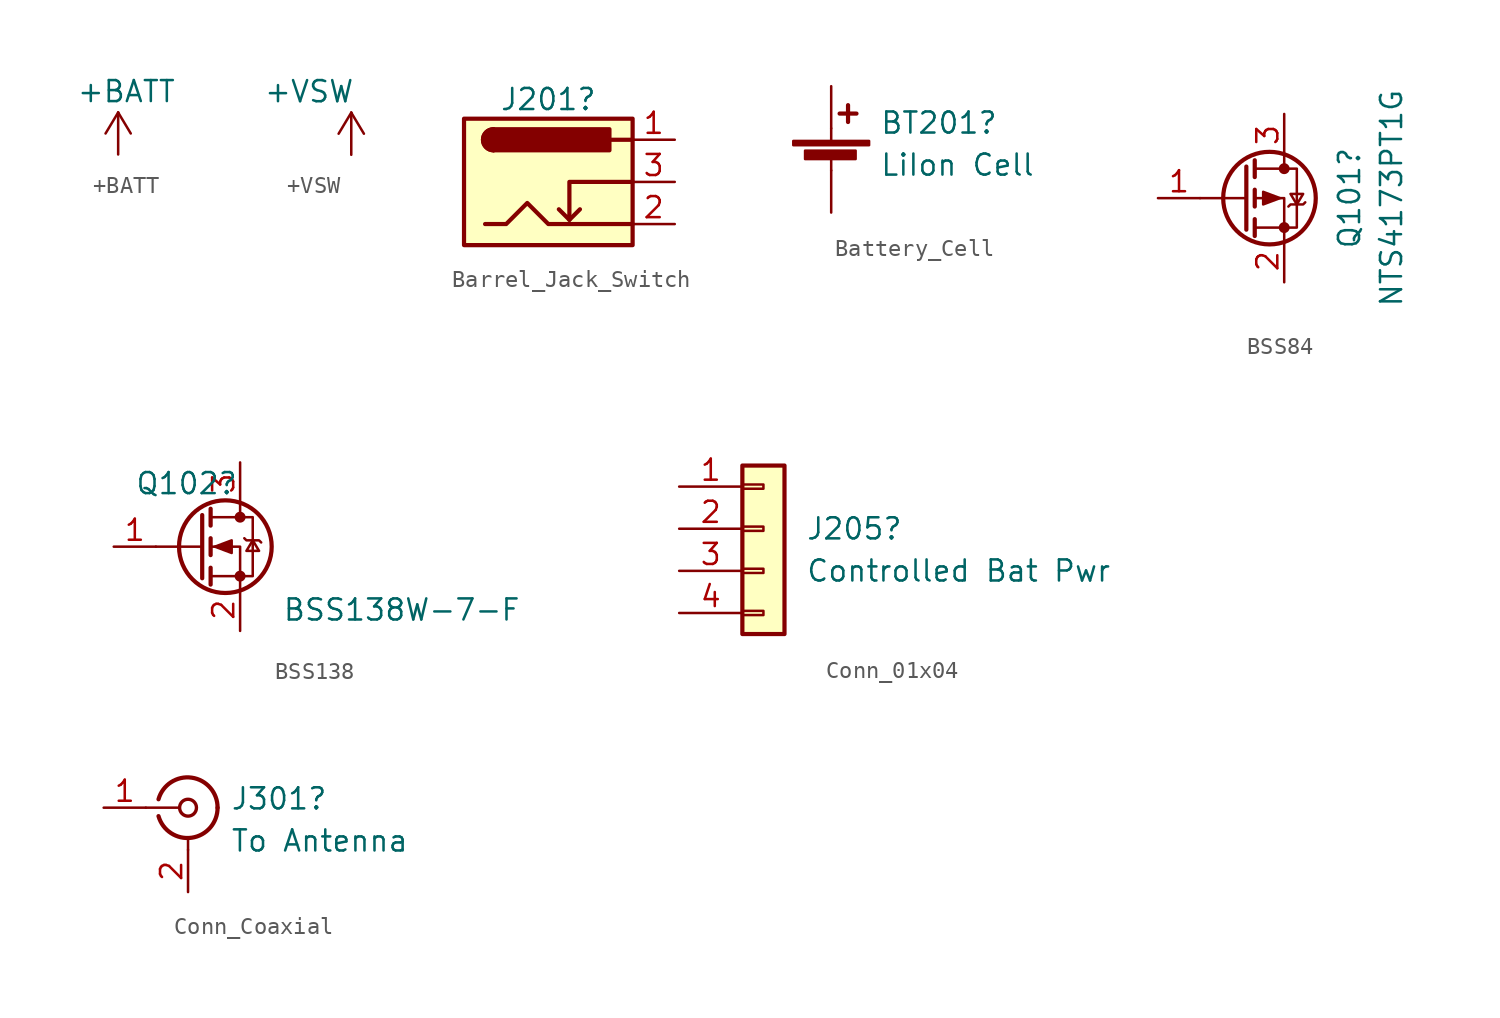
<source format=kicad_sym>
(kicad_symbol_lib
  (version 20241209)
  (generator "kicad_symbol_editor")
  (generator_version "9.0")
  (symbol "+BATT"
    (power)
    (pin_names
      (offset 0))
    (property "Reference" "#PWR0103"
      (at 0 -3.81 0)
      (effects (font (size 1.27 1.27)) (hide yes)))
    (property "Value" "+BATT"
      (at -2.54 3.81 0)
      (effects (font (size 1.27 1.27)) (justify left)))
    (symbol "+BATT_0_1"
      (polyline (pts (xy -0.762 1.27) (xy 0 2.54)) (stroke (width 0) (type default)) (fill (type none)))
      (polyline (pts (xy 0 2.54) (xy 0.762 1.27)) (stroke (width 0) (type default)) (fill (type none)))
      (polyline (pts (xy 0 0) (xy 0 2.54)) (stroke (width 0) (type default)) (fill (type none))))
    (symbol "+BATT_1_1"
      (pin power_in line (at 0 0 90) (length 0) (hide yes) (name "+BATT" (effects (font (size 1.27 1.27)))) (number "1" (effects (font (size 1.27 1.27)))))))
  (symbol "+VSW"
    (power)
    (pin_names
      (offset 0))
    (property "Reference" "#PWR0110"
      (at 0 -3.81 0)
      (effects (font (size 1.27 1.27)) (hide yes)))
    (property "Value" "+VSW"
      (at -2.54 3.81 0)
      (effects (font (size 1.27 1.27))))
    (symbol "+VSW_0_1"
      (polyline (pts (xy -0.762 1.27) (xy 0 2.54)) (stroke (width 0) (type default)) (fill (type none)))
      (polyline (pts (xy 0 2.54) (xy 0.762 1.27)) (stroke (width 0) (type default)) (fill (type none)))
      (polyline (pts (xy 0 0) (xy 0 2.54)) (stroke (width 0) (type default)) (fill (type none))))
    (symbol "+VSW_1_1"
      (pin power_in line (at 0 0 90) (length 0) (hide yes) (name "+VSW" (effects (font (size 1.27 1.27)))) (number "1" (effects (font (size 1.27 1.27)))))))
  (symbol "Barrel_Jack_Switch"
    (pin_names
      (hide yes))
    (property "Reference" "J201"
      (at 0 4.973 0)
      (effects (font (size 1.27 1.27))))
    (symbol "Barrel_Jack_Switch_0_1"
      (rectangle (start -5.08 3.81) (end 5.08 -3.81) (stroke (width 0.254) (type default)) (fill (type background)))
      (polyline (pts (xy -3.81 -2.54) (xy -2.54 -2.54) (xy -1.27 -1.27) (xy 0 -2.54) (xy 2.54 -2.54) (xy 5.08 -2.54)) (stroke (width 0.254) (type default)) (fill (type none)))
      (arc (start -3.302 1.905) (mid -3.9342 2.54) (end -3.302 3.175) (stroke (width 0.254) (type default)) (fill (type none)))
      (arc (start -3.302 1.905) (mid -3.9342 2.54) (end -3.302 3.175) (stroke (width 0.254) (type default)) (fill (type outline)))
      (polyline (pts (xy 1.27 -2.286) (xy 1.905 -1.651)) (stroke (width 0.254) (type default)) (fill (type none)))
      (rectangle (start 3.683 3.175) (end -3.302 1.905) (stroke (width 0.254) (type default)) (fill (type outline)))
      (polyline (pts (xy 5.08 2.54) (xy 3.81 2.54)) (stroke (width 0.254) (type default)) (fill (type none)))
      (polyline (pts (xy 5.08 0) (xy 1.27 0) (xy 1.27 -2.286) (xy 0.635 -1.651)) (stroke (width 0.254) (type default)) (fill (type none))))
    (symbol "Barrel_Jack_Switch_1_1"
      (pin passive line (at 7.62 2.54 180) (length 2.54) (name "~" (effects (font (size 1.27 1.27)))) (number "1" (effects (font (size 1.27 1.27)))))
      (pin passive line (at 7.62 0 180) (length 2.54) (name "~" (effects (font (size 1.27 1.27)))) (number "3" (effects (font (size 1.27 1.27)))))
      (pin passive line (at 7.62 -2.54 180) (length 2.54) (name "~" (effects (font (size 1.27 1.27)))) (number "2" (effects (font (size 1.27 1.27)))))))
  (symbol "Battery_Cell"
    (pin_numbers
      (hide yes))
    (pin_names
      (offset 0)
      (hide yes))
    (property "Reference" "BT201"
      (at 2.921 2.867 0)
      (effects (font (size 1.27 1.27)) (justify left)))
    (property "Value" "LiIon Cell"
      (at 2.921 0.33 0)
      (effects (font (size 1.27 1.27)) (justify left)))
    (symbol "Battery_Cell_0_1"
      (rectangle (start -2.286 1.778) (end 2.286 1.524) (stroke (width 0) (type default)) (fill (type outline)))
      (rectangle (start -1.575 1.194) (end 1.473 0.686) (stroke (width 0) (type default)) (fill (type outline)))
      (polyline (pts (xy 0 1.778) (xy 0 2.54)) (stroke (width 0) (type default)) (fill (type none)))
      (polyline (pts (xy 0 0.762) (xy 0 0)) (stroke (width 0) (type default)) (fill (type none)))
      (polyline (pts (xy 0.508 3.429) (xy 1.524 3.429)) (stroke (width 0.254) (type default)) (fill (type none)))
      (polyline (pts (xy 1.016 3.937) (xy 1.016 2.921)) (stroke (width 0.254) (type default)) (fill (type none))))
    (symbol "Battery_Cell_1_1"
      (pin passive line (at 0 5.08 270) (length 2.54) (name "+" (effects (font (size 1.27 1.27)))) (number "1" (effects (font (size 1.27 1.27)))))
      (pin passive line (at 0 -2.54 90) (length 2.54) (name "-" (effects (font (size 1.27 1.27)))) (number "2" (effects (font (size 1.27 1.27)))))))
  (symbol "BSS84"
    (pin_names
      (hide yes))
    (property "Reference" "Q101"
      (at 6.475 0 90)
      (effects (font (size 1.27 1.27))))
    (property "Value" "NTS4173PT1G"
      (at 9.012 0 90)
      (effects (font (size 1.27 1.27))))
    (symbol "BSS84_0_1"
      (polyline (pts (xy 0.254 1.905) (xy 0.254 -1.905)) (stroke (width 0.254) (type default)) (fill (type none)))
      (polyline (pts (xy 0.254 0) (xy -2.54 0)) (stroke (width 0) (type default)) (fill (type none)))
      (polyline (pts (xy 0.762 2.286) (xy 0.762 1.27)) (stroke (width 0.254) (type default)) (fill (type none)))
      (polyline (pts (xy 0.762 1.778) (xy 3.302 1.778) (xy 3.302 -1.778) (xy 0.762 -1.778)) (stroke (width 0) (type default)) (fill (type none)))
      (polyline (pts (xy 0.762 0.508) (xy 0.762 -0.508)) (stroke (width 0.254) (type default)) (fill (type none)))
      (polyline (pts (xy 0.762 -1.27) (xy 0.762 -2.286)) (stroke (width 0.254) (type default)) (fill (type none)))
      (circle (center 1.651 0) (radius 2.794) (stroke (width 0.254) (type default)) (fill (type none)))
      (polyline (pts (xy 2.286 0) (xy 1.27 0.381) (xy 1.27 -0.381) (xy 2.286 0)) (stroke (width 0) (type default)) (fill (type outline)))
      (polyline (pts (xy 2.54 2.54) (xy 2.54 1.778)) (stroke (width 0) (type default)) (fill (type none)))
      (circle (center 2.54 1.778) (radius 0.254) (stroke (width 0) (type default)) (fill (type outline)))
      (circle (center 2.54 -1.778) (radius 0.254) (stroke (width 0) (type default)) (fill (type outline)))
      (polyline (pts (xy 2.54 -2.54) (xy 2.54 0) (xy 0.762 0)) (stroke (width 0) (type default)) (fill (type none)))
      (polyline (pts (xy 2.794 -0.508) (xy 2.921 -0.381) (xy 3.683 -0.381) (xy 3.81 -0.254)) (stroke (width 0) (type default)) (fill (type none)))
      (polyline (pts (xy 3.302 -0.381) (xy 2.921 0.254) (xy 3.683 0.254) (xy 3.302 -0.381)) (stroke (width 0) (type default)) (fill (type none))))
    (symbol "BSS84_1_1"
      (pin input line (at -5.08 0 0) (length 2.54) (name "G" (effects (font (size 1.27 1.27)))) (number "1" (effects (font (size 1.27 1.27)))))
      (pin passive line (at 2.54 5.08 270) (length 2.54) (name "D" (effects (font (size 1.27 1.27)))) (number "3" (effects (font (size 1.27 1.27)))))
      (pin passive line (at 2.54 -5.08 90) (length 2.54) (name "S" (effects (font (size 1.27 1.27)))) (number "2" (effects (font (size 1.27 1.27)))))))
  (symbol "BSS138"
    (pin_names
      (hide yes))
    (property "Reference" "Q102"
      (at -3.81 3.81 0)
      (effects (font (size 1.27 1.27)) (justify left)))
    (property "Value" "BSS138W-7-F"
      (at 5.08 -3.81 0)
      (effects (font (size 1.27 1.27)) (justify left)))
    (symbol "BSS138_0_1"
      (polyline (pts (xy 0.254 1.905) (xy 0.254 -1.905)) (stroke (width 0.254) (type default)) (fill (type none)))
      (polyline (pts (xy 0.254 0) (xy -2.54 0)) (stroke (width 0) (type default)) (fill (type none)))
      (polyline (pts (xy 0.762 2.286) (xy 0.762 1.27)) (stroke (width 0.254) (type default)) (fill (type none)))
      (polyline (pts (xy 0.762 0.508) (xy 0.762 -0.508)) (stroke (width 0.254) (type default)) (fill (type none)))
      (polyline (pts (xy 0.762 -1.27) (xy 0.762 -2.286)) (stroke (width 0.254) (type default)) (fill (type none)))
      (polyline (pts (xy 0.762 -1.778) (xy 3.302 -1.778) (xy 3.302 1.778) (xy 0.762 1.778)) (stroke (width 0) (type default)) (fill (type none)))
      (polyline (pts (xy 1.016 0) (xy 2.032 0.381) (xy 2.032 -0.381) (xy 1.016 0)) (stroke (width 0) (type default)) (fill (type outline)))
      (circle (center 1.651 0) (radius 2.794) (stroke (width 0.254) (type default)) (fill (type none)))
      (polyline (pts (xy 2.54 2.54) (xy 2.54 1.778)) (stroke (width 0) (type default)) (fill (type none)))
      (circle (center 2.54 1.778) (radius 0.254) (stroke (width 0) (type default)) (fill (type outline)))
      (circle (center 2.54 -1.778) (radius 0.254) (stroke (width 0) (type default)) (fill (type outline)))
      (polyline (pts (xy 2.54 -2.54) (xy 2.54 0) (xy 0.762 0)) (stroke (width 0) (type default)) (fill (type none)))
      (polyline (pts (xy 2.794 0.508) (xy 2.921 0.381) (xy 3.683 0.381) (xy 3.81 0.254)) (stroke (width 0) (type default)) (fill (type none)))
      (polyline (pts (xy 3.302 0.381) (xy 2.921 -0.254) (xy 3.683 -0.254) (xy 3.302 0.381)) (stroke (width 0) (type default)) (fill (type none))))
    (symbol "BSS138_1_1"
      (pin input line (at -5.08 0 0) (length 2.54) (name "G" (effects (font (size 1.27 1.27)))) (number "1" (effects (font (size 1.27 1.27)))))
      (pin passive line (at 2.54 5.08 270) (length 2.54) (name "D" (effects (font (size 1.27 1.27)))) (number "3" (effects (font (size 1.27 1.27)))))
      (pin passive line (at 2.54 -5.08 90) (length 2.54) (name "S" (effects (font (size 1.27 1.27)))) (number "2" (effects (font (size 1.27 1.27)))))))
  (symbol "Conn_01x04"
    (pin_names
      (offset 1.016)
      (hide yes))
    (property "Reference" "J205"
      (at 2.54 0.0001 0)
      (effects (font (size 1.27 1.27)) (justify left)))
    (property "Value" "Controlled Bat Pwr"
      (at 2.54 -2.54 0)
      (effects (font (size 1.27 1.27)) (justify left)))
    (symbol "Conn_01x04_1_1"
      (rectangle (start -1.27 3.81) (end 1.27 -6.35) (stroke (width 0.254) (type default)) (fill (type background)))
      (rectangle (start -1.27 2.667) (end 0 2.413) (stroke (width 0.152) (type default)) (fill (type none)))
      (rectangle (start -1.27 0.127) (end 0 -0.127) (stroke (width 0.152) (type default)) (fill (type none)))
      (rectangle (start -1.27 -2.413) (end 0 -2.667) (stroke (width 0.152) (type default)) (fill (type none)))
      (rectangle (start -1.27 -4.953) (end 0 -5.207) (stroke (width 0.152) (type default)) (fill (type none)))
      (pin passive line (at -5.08 2.54 0) (length 3.81) (name "Pin_1" (effects (font (size 1.27 1.27)))) (number "1" (effects (font (size 1.27 1.27)))))
      (pin passive line (at -5.08 0 0) (length 3.81) (name "Pin_2" (effects (font (size 1.27 1.27)))) (number "2" (effects (font (size 1.27 1.27)))))
      (pin passive line (at -5.08 -2.54 0) (length 3.81) (name "Pin_3" (effects (font (size 1.27 1.27)))) (number "3" (effects (font (size 1.27 1.27)))))
      (pin passive line (at -5.08 -5.08 0) (length 3.81) (name "Pin_4" (effects (font (size 1.27 1.27)))) (number "4" (effects (font (size 1.27 1.27)))))))
  (symbol "Conn_Coaxial"
    (pin_names
      (offset 1.016)
      (hide yes))
    (property "Reference" "J301"
      (at 2.54 0.541 0)
      (effects (font (size 1.27 1.27)) (justify left)))
    (property "Value" "To Antenna"
      (at 2.54 -1.995 0)
      (effects (font (size 1.27 1.27)) (justify left)))
    (symbol "Conn_Coaxial_0_1"
      (polyline (pts (xy -2.54 0) (xy -0.508 0)) (stroke (width 0) (type default)) (fill (type none)))
      (arc (start 1.778 0) (mid 0.222 -1.8079) (end -1.778 -0.508) (stroke (width 0.254) (type default)) (fill (type none)))
      (arc (start -1.778 0.508) (mid 0.2221 1.8084) (end 1.778 0) (stroke (width 0.254) (type default)) (fill (type none)))
      (circle (center 0 0) (radius 0.508) (stroke (width 0.203) (type default)) (fill (type none)))
      (polyline (pts (xy 0 -2.54) (xy 0 -1.778)) (stroke (width 0) (type default)) (fill (type none))))
    (symbol "Conn_Coaxial_1_1"
      (pin passive line (at -5.08 0 0) (length 2.54) (name "In" (effects (font (size 1.27 1.27)))) (number "1" (effects (font (size 1.27 1.27)))))
      (pin passive line (at 0 -5.08 90) (length 2.54) (name "Ext" (effects (font (size 1.27 1.27)))) (number "2" (effects (font (size 1.27 1.27))))))))
</source>
